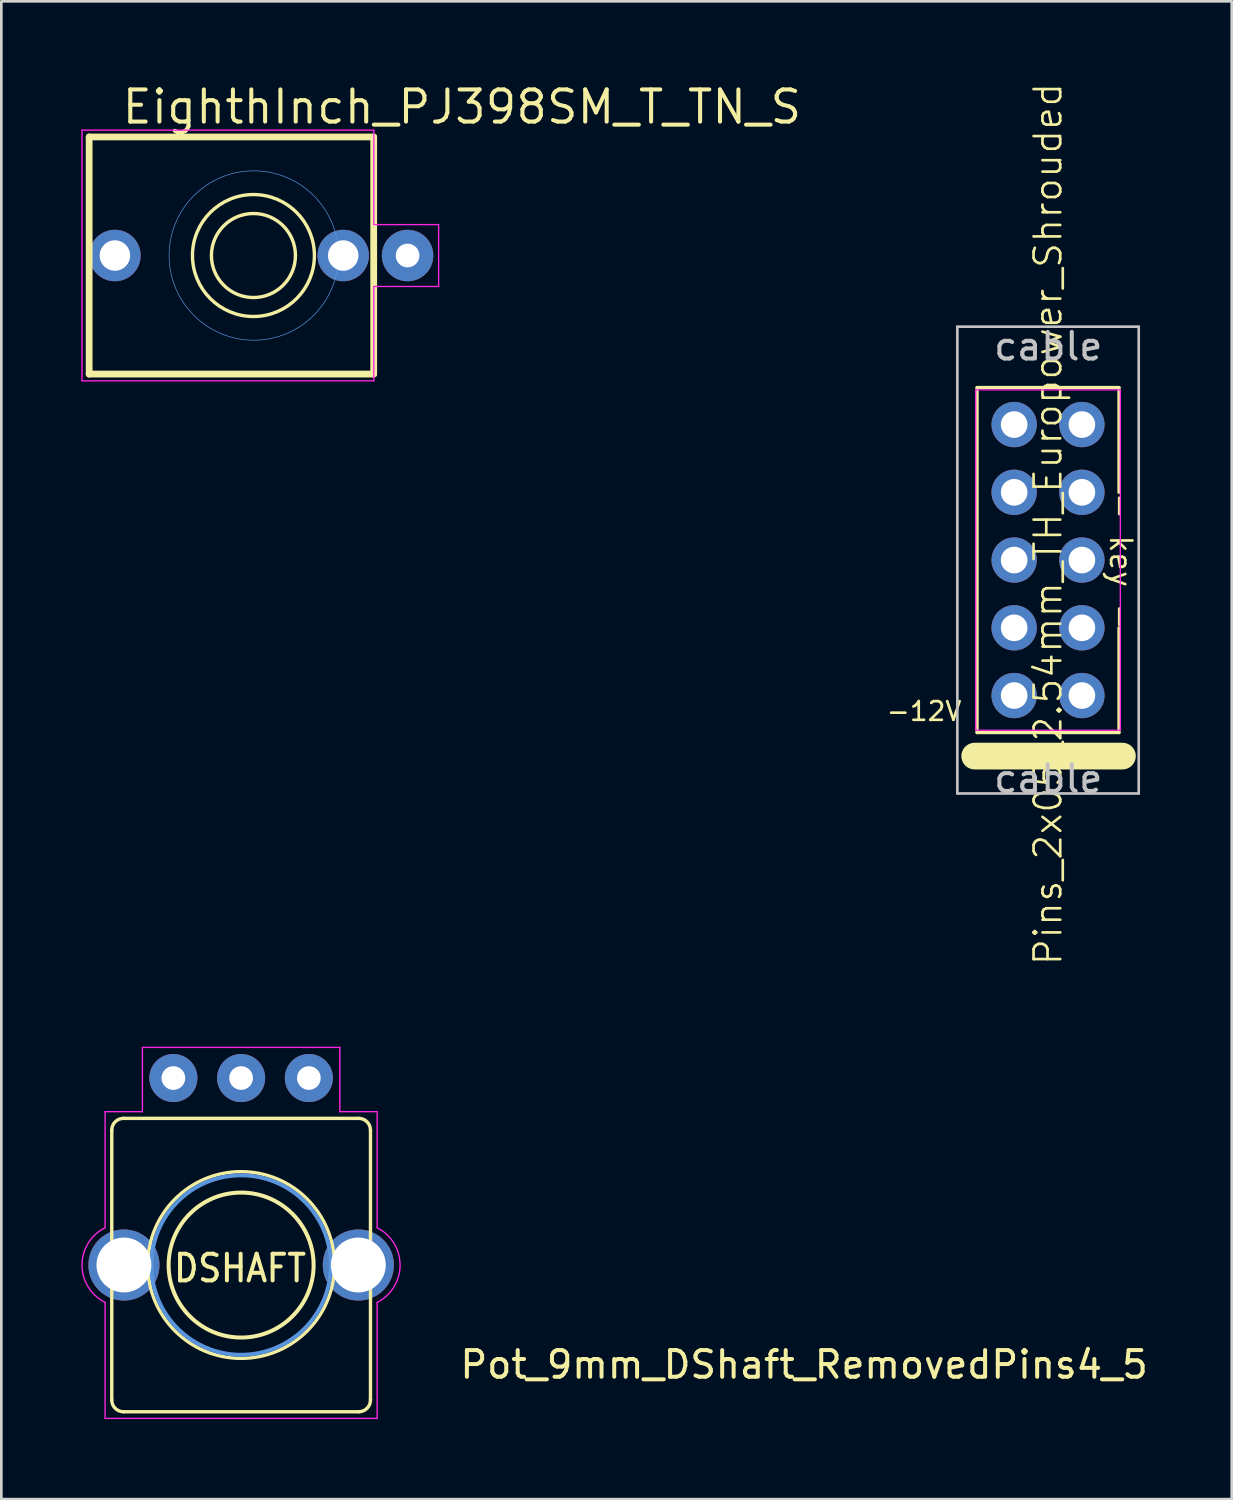
<source format=kicad_pcb>
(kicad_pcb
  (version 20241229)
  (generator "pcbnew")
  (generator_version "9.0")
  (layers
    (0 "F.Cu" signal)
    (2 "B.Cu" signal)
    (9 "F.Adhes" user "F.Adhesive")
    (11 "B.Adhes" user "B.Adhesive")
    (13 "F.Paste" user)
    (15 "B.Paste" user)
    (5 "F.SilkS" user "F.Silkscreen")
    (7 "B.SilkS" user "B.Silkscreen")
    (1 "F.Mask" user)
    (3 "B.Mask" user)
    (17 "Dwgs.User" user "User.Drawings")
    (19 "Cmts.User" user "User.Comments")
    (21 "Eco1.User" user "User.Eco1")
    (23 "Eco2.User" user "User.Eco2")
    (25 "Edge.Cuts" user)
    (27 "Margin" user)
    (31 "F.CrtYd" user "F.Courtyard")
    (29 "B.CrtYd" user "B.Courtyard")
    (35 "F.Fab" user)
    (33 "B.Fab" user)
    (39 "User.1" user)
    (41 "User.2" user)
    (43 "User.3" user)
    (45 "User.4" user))
  (footprint "EighthInch_PJ398SM_T_TN_S"
    (layer "F.Cu")
    (at 6.465 6.53)
    (property "Reference" "EighthInch_PJ398SM_T_TN_S" (at -5.017 -4.866 0) (layer "F.SilkS") (effects (font (size 1.206 1.206) (thickness 0.152)) (justify left bottom)))
    (attr through_hole)
    (fp_line (start -6.172 -4.445) (end -6.172 4.445) (stroke (width 0.254) (type solid)) (layer "F.SilkS"))
    (fp_line (start -6.172 4.445) (end 4.496 4.445) (stroke (width 0.254) (type solid)) (layer "F.SilkS"))
    (fp_line (start 4.496 -4.445) (end -6.172 -4.445) (stroke (width 0.254) (type solid)) (layer "F.SilkS"))
    (fp_line (start 4.496 4.445) (end 4.496 -4.445) (stroke (width 0.254) (type solid)) (layer "F.SilkS"))
    (fp_circle (center -0.013 0) (end 1.562 0) (stroke (width 0.127) (type solid)) (fill no) (layer "F.SilkS"))
    (fp_circle (center -0.013 0) (end 2.273 0) (stroke (width 0.127) (type solid)) (fill no) (layer "F.SilkS"))
    (fp_circle (center 0 0) (end 3.175 0) (stroke (width 0.025) (type solid)) (fill no) (layer "Cmts.User"))
    (fp_line (start -6.44 -4.7) (end -6.44 4.7) (stroke (width 0.05) (type solid)) (layer "F.CrtYd"))
    (fp_line (start -6.44 -4.7) (end 4.5 -4.7) (stroke (width 0.05) (type solid)) (layer "F.CrtYd"))
    (fp_line (start -6.44 4.7) (end 4.5 4.7) (stroke (width 0.05) (type solid)) (layer "F.CrtYd"))
    (fp_line (start 4.5 -4.7) (end 4.5 -1.16) (stroke (width 0.05) (type solid)) (layer "F.CrtYd"))
    (fp_line (start 4.5 -1.16) (end 6.93 -1.16) (stroke (width 0.05) (type solid)) (layer "F.CrtYd"))
    (fp_line (start 4.5 1.16) (end 4.5 4.7) (stroke (width 0.05) (type solid)) (layer "F.CrtYd"))
    (fp_line (start 6.93 -1.16) (end 6.93 1.16) (stroke (width 0.05) (type solid)) (layer "F.CrtYd"))
    (fp_line (start 6.93 1.16) (end 4.5 1.16) (stroke (width 0.05) (type solid)) (layer "F.CrtYd"))
    (pad "S" thru_hole circle (at 5.766 0) (size 1.93 1.93) (drill 0.889) (layers "*.Cu" "*.Mask"))
    (pad "T" thru_hole circle (at -5.207 0) (size 1.93 1.93) (drill 1.143) (layers "*.Cu" "*.Mask"))
    (pad "TN" thru_hole circle (at 3.353 0) (size 1.93 1.93) (drill 1.143) (layers "*.Cu" "*.Mask")))
  (footprint "Pot_9mm_DShaft_RemovedPins4_5"
    (layer "F.Cu")
    (at 5.99 44.38)
    (property "Reference" "Pot_9mm_DShaft_RemovedPins4_5" (at 8.128 4.318 0) (layer "F.SilkS") (effects (font (size 1 1) (thickness 0.15)) (justify left bottom)))
    (attr through_hole)
    (fp_line (start -4.85 -5.06) (end -4.85 5.06) (stroke (width 0.127) (type solid)) (layer "F.SilkS"))
    (fp_line (start -4.41 5.5) (end 4.41 5.5) (stroke (width 0.127) (type solid)) (layer "F.SilkS"))
    (fp_line (start 4.41 -5.5) (end -4.41 -5.5) (stroke (width 0.127) (type solid)) (layer "F.SilkS"))
    (fp_line (start 4.85 5.06) (end 4.85 -5.06) (stroke (width 0.127) (type solid)) (layer "F.SilkS"))
    (fp_arc (start -4.849887 -5.050018) (mid -4.724637 -5.367578) (end -4.41 -5.5) (stroke (width 0.127) (type solid)) (layer "F.SilkS"))
    (fp_arc (start -4.400018 5.499887) (mid -4.717578 5.374637) (end -4.85 5.06) (stroke (width 0.127) (type solid)) (layer "F.SilkS"))
    (fp_arc (start 1.651 -2.159) (mid -1.651 2.159) (end 1.651 -2.159) (stroke (width 0.15) (type solid)) (layer "F.SilkS"))
    (fp_arc (start 4.400018 -5.499887) (mid 4.717578 -5.374637) (end 4.85 -5.06) (stroke (width 0.127) (type solid)) (layer "F.SilkS"))
    (fp_arc (start 4.849887 5.050018) (mid 4.724637 5.367578) (end 4.41 5.5) (stroke (width 0.127) (type solid)) (layer "F.SilkS"))
    (fp_circle (center -0.000163 -0.002) (end -3.5 -0.002) (stroke (width 0.127) (type solid)) (fill no) (layer "F.SilkS"))
    (fp_circle (center 0 0) (end -3.365 0) (stroke (width 0.15) (type solid)) (fill no) (layer "Cmts.User"))
    (fp_line (start -5.1 -5.75) (end -5.1 -1.4) (stroke (width 0.05) (type solid)) (layer "F.CrtYd"))
    (fp_line (start -5.1 1.4) (end -5.1 5.75) (stroke (width 0.05) (type solid)) (layer "F.CrtYd"))
    (fp_line (start -5.1 5.75) (end 5.1 5.75) (stroke (width 0.05) (type solid)) (layer "F.CrtYd"))
    (fp_line (start -3.7 -8.16) (end -3.7 -5.75) (stroke (width 0.05) (type solid)) (layer "F.CrtYd"))
    (fp_line (start -3.7 -5.75) (end -5.1 -5.75) (stroke (width 0.05) (type solid)) (layer "F.CrtYd"))
    (fp_line (start 3.7 -8.16) (end -3.7 -8.16) (stroke (width 0.05) (type solid)) (layer "F.CrtYd"))
    (fp_line (start 3.7 -5.75) (end 3.7 -8.16) (stroke (width 0.05) (type solid)) (layer "F.CrtYd"))
    (fp_line (start 5.1 -5.75) (end 3.7 -5.75) (stroke (width 0.05) (type solid)) (layer "F.CrtYd"))
    (fp_line (start 5.1 -1.4) (end 5.1 -5.75) (stroke (width 0.05) (type solid)) (layer "F.CrtYd"))
    (fp_line (start 5.1 5.75) (end 5.1 1.4) (stroke (width 0.05) (type solid)) (layer "F.CrtYd"))
    (fp_arc (start -5.099264 1.400368) (mid -5.965248 0.000411) (end -5.1 -1.4) (stroke (width 0.05) (type solid)) (layer "F.CrtYd"))
    (fp_arc (start 5.104054 -1.397935) (mid 5.959742 0.002275) (end 5.099999 1.399999) (stroke (width 0.05) (type solid)) (layer "F.CrtYd"))
    (fp_text user "DSHAFT" (at -0.04 0.12 0) (layer "F.SilkS") (effects (font (size 1 0.9) (thickness 0.15))))
    (pad "" thru_hole circle (at -4.394 -0.002) (size 2.667 2.667) (drill 2.057) (layers "*.Cu" "*.Mask"))
    (pad "" thru_hole circle (at 4.394 -0.002) (size 2.667 2.667) (drill 2.057) (layers "*.Cu" "*.Mask"))
    (pad "1" thru_hole circle (at 2.54 -7.012 270) (size 1.803 1.803) (drill 0.889) (layers "*.Cu" "*.Mask"))
    (pad "2" thru_hole circle (at -0.000163 -7.012 270) (size 1.803 1.803) (drill 0.889) (layers "*.Cu" "*.Mask"))
    (pad "3" thru_hole circle (at -2.54 -7.012 270) (size 1.803 1.803) (drill 0.889) (layers "*.Cu" "*.Mask")))
  (footprint "Pins_2x05_2.54mm_TH_Europower_Shrouded"
    (layer "F.Cu")
    (at 36.243 17.948)
    (property "Reference" "Pins_2x05_2.54mm_TH_Europower_Shrouded" (at 0 -1.35 270) (layer "F.SilkS") (effects (font (size 1 1) (thickness 0.1))))
    (attr through_hole)
    (fp_line (start -2.75 7.35) (end 2.79 7.35) (stroke (width 1) (type solid)) (layer "F.SilkS"))
    (fp_line (start -2.66 -6.47) (end -2.66 6.47) (stroke (width 0.12) (type solid)) (layer "F.SilkS"))
    (fp_line (start -2.66 6.47) (end 2.66 6.47) (stroke (width 0.12) (type solid)) (layer "F.SilkS"))
    (fp_line (start 2.66 -6.47) (end -2.66 -6.47) (stroke (width 0.12) (type solid)) (layer "F.SilkS"))
    (fp_line (start 2.66 -2.54) (end 2.66 -6.47) (stroke (width 0.12) (type solid)) (layer "F.SilkS"))
    (fp_line (start 2.66 6.47) (end 2.66 2.54) (stroke (width 0.12) (type solid)) (layer "F.SilkS"))
    (fp_line (start -3.4 -8.75) (end 3.4 -8.75) (stroke (width 0.1) (type solid)) (layer "Dwgs.User"))
    (fp_line (start -3.4 8.75) (end -3.4 -8.75) (stroke (width 0.1) (type solid)) (layer "Dwgs.User"))
    (fp_line (start -3.4 8.75) (end 3.4 8.75) (stroke (width 0.1) (type solid)) (layer "Dwgs.User"))
    (fp_line (start 3.4 8.75) (end 3.4 -8.75) (stroke (width 0.1) (type solid)) (layer "Dwgs.User"))
    (fp_line (start -2.71 -6.38) (end -2.71 6.38) (stroke (width 0.05) (type solid)) (layer "F.CrtYd"))
    (fp_line (start -2.71 6.38) (end 2.71 6.38) (stroke (width 0.05) (type solid)) (layer "F.CrtYd"))
    (fp_line (start 2.71 -6.38) (end -2.71 -6.38) (stroke (width 0.05) (type solid)) (layer "F.CrtYd"))
    (fp_line (start 2.71 6.38) (end 2.71 -6.38) (stroke (width 0.05) (type solid)) (layer "F.CrtYd"))
    (fp_text user "-12V" (at -4.648 5.67 180) (layer "F.SilkS") (effects (font (size 0.7 0.7) (thickness 0.1))))
    (fp_text user "- key -" (at 2.261 -2.591 270) (unlocked yes) (layer "F.SilkS") (effects (font (size 0.8 0.8) (thickness 0.1)) (justify left bottom)))
    (fp_text user "cable" (at 0.01 8.2 180) (layer "Dwgs.User") (effects (font (size 1 1) (thickness 0.15))))
    (fp_text user "cable" (at 0.01 -8.01 180) (layer "Dwgs.User") (effects (font (size 1 1) (thickness 0.15))))
    (pad "1" thru_hole oval (at -1.27 -5.08) (size 1.7 1.7) (drill 1) (layers "*.Cu" "*.Mask"))
    (pad "2" thru_hole oval (at 1.27 -5.08) (size 1.7 1.7) (drill 1) (layers "*.Cu" "*.Mask"))
    (pad "3" thru_hole oval (at -1.27 -2.54) (size 1.7 1.7) (drill 1) (layers "*.Cu" "*.Mask"))
    (pad "4" thru_hole oval (at 1.27 -2.54) (size 1.7 1.7) (drill 1) (layers "*.Cu" "*.Mask"))
    (pad "5" thru_hole oval (at -1.27 0) (size 1.7 1.7) (drill 1) (layers "*.Cu" "*.Mask"))
    (pad "6" thru_hole oval (at 1.27 0) (size 1.7 1.7) (drill 1) (layers "*.Cu" "*.Mask"))
    (pad "7" thru_hole oval (at -1.27 2.54) (size 1.7 1.7) (drill 1) (layers "*.Cu" "*.Mask"))
    (pad "8" thru_hole oval (at 1.27 2.54) (size 1.7 1.7) (drill 1) (layers "*.Cu" "*.Mask"))
    (pad "9" thru_hole oval (at -1.27 5.08) (size 1.7 1.7) (drill 1) (layers "*.Cu" "*.Mask"))
    (pad "10" thru_hole oval (at 1.27 5.08) (size 1.7 1.7) (drill 1) (layers "*.Cu" "*.Mask")))
  (gr_rect
    (start -3 -3)
    (end 43.13 53.155)
    (stroke (width 0.1) (type default))
    (fill no)
    (layer "Edge.Cuts")))
</source>
